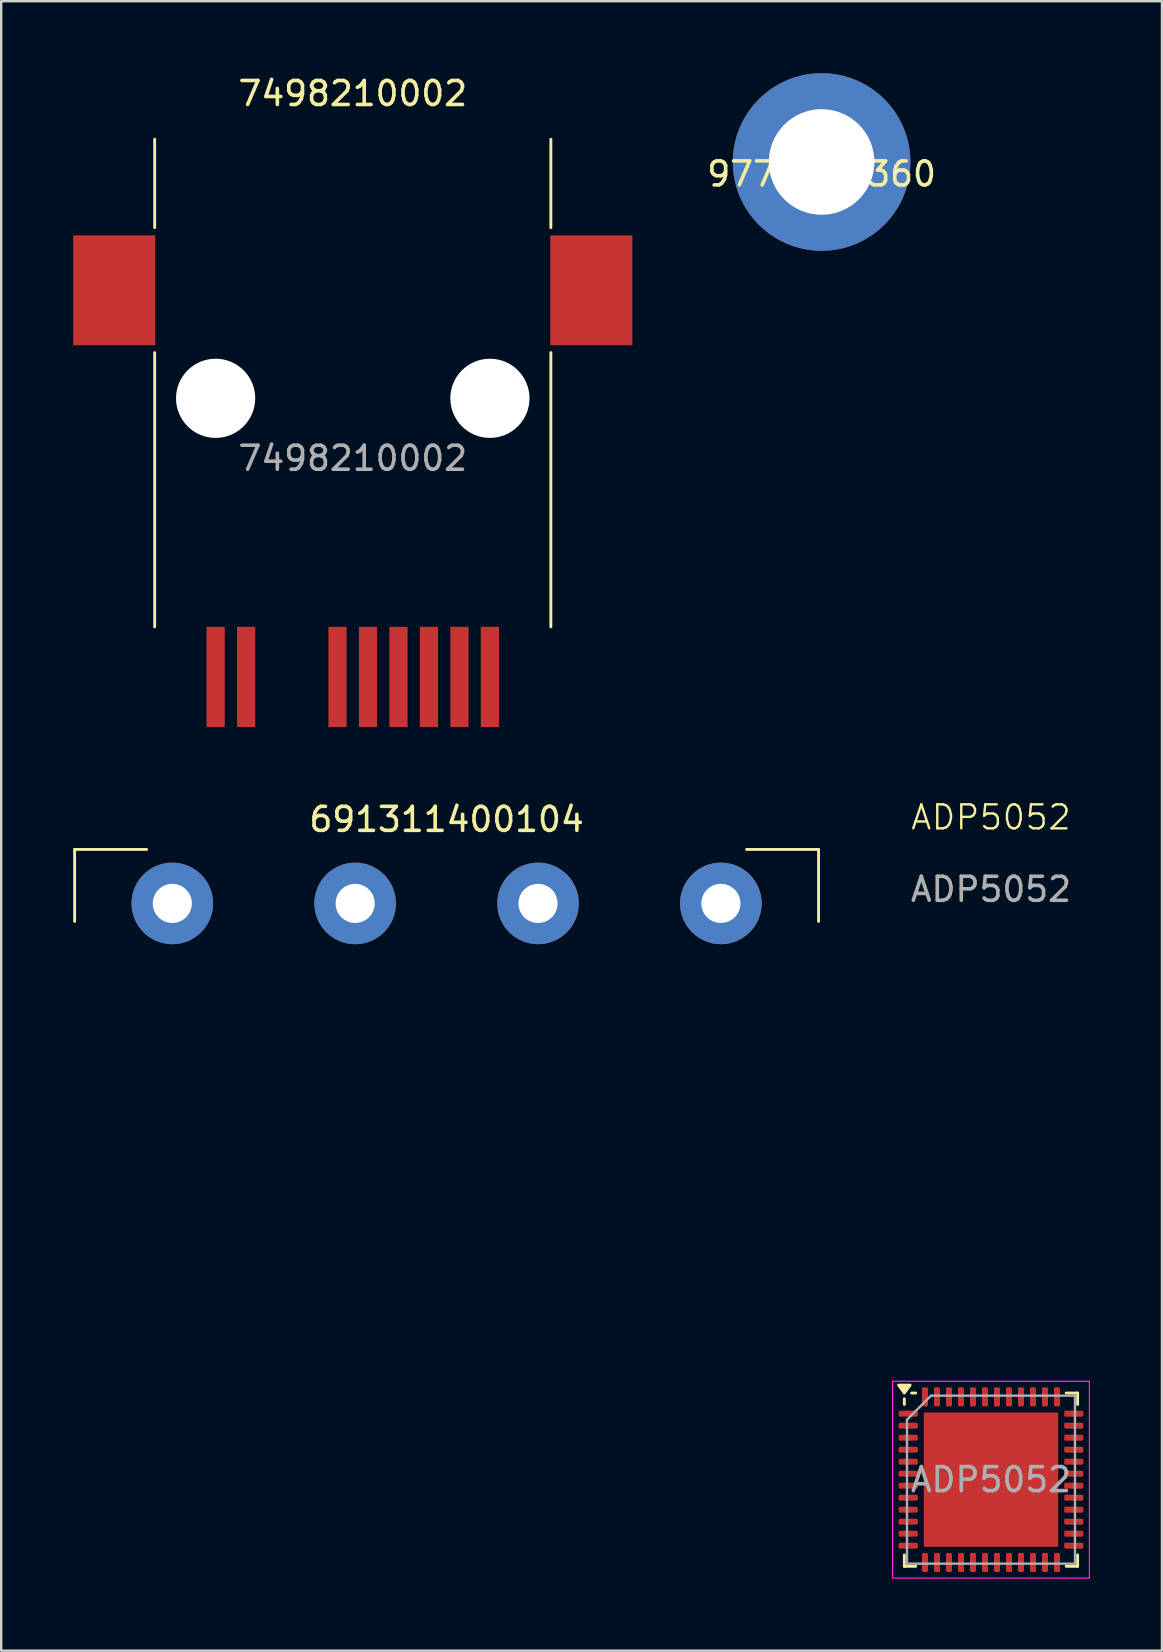
<source format=kicad_pcb>
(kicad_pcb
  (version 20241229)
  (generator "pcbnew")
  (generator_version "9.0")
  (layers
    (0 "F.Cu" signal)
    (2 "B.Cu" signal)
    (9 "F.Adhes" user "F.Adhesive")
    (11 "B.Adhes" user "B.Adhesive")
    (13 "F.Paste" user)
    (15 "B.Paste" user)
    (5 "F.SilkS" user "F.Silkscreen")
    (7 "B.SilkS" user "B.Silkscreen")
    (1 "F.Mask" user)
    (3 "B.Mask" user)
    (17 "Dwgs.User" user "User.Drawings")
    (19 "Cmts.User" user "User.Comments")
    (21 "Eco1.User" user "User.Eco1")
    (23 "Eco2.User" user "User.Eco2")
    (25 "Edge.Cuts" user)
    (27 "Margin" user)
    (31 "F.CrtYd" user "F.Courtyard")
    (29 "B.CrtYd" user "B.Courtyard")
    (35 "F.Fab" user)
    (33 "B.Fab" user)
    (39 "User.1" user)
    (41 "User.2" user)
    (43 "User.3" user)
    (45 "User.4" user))
  (footprint "9774020360"
    (layer "F.Cu")
    (at 31.187 3.7)
    (property "Reference" "9774020360" (at 0 0.5 0) (layer "F.SilkS") (effects (font (size 1 1) (thickness 0.15))))
    (attr through_hole)
    (fp_arc (start -1.020272 2.812085) (mid -2.991449 0.003048) (end -1.026 -2.81) (stroke (width 1) (type solid)) (layer "F.Paste"))
    (fp_arc (start 1.020272 -2.812085) (mid 2.991449 -0.003048) (end 1.026 2.81) (stroke (width 1) (type solid)) (layer "F.Paste"))
    (pad "1" thru_hole circle (at 0 0) (size 7.4 7.4) (drill 4.4) (layers "*.Cu" "*.Mask")))
  (footprint "ADP5052"
    (layer "F.Cu")
    (at 38.245 58.609)
    (property "Reference" "ADP5052" (at 0 -27.6 0) (unlocked yes) (layer "F.SilkS") (effects (font (size 1 1) (thickness 0.1))))
    (attr smd)
    (fp_line (start -3.61 -3.135) (end -3.61 -3.37) (stroke (width 0.12) (type solid)) (layer "F.SilkS"))
    (fp_line (start -3.61 3.61) (end -3.61 3.135) (stroke (width 0.12) (type solid)) (layer "F.SilkS"))
    (fp_line (start -3.135 -3.61) (end -3.31 -3.61) (stroke (width 0.12) (type solid)) (layer "F.SilkS"))
    (fp_line (start -3.135 3.61) (end -3.61 3.61) (stroke (width 0.12) (type solid)) (layer "F.SilkS"))
    (fp_line (start 3.135 -3.61) (end 3.61 -3.61) (stroke (width 0.12) (type solid)) (layer "F.SilkS"))
    (fp_line (start 3.135 3.61) (end 3.61 3.61) (stroke (width 0.12) (type solid)) (layer "F.SilkS"))
    (fp_line (start 3.61 -3.61) (end 3.61 -3.135) (stroke (width 0.12) (type solid)) (layer "F.SilkS"))
    (fp_line (start 3.61 3.61) (end 3.61 3.135) (stroke (width 0.12) (type solid)) (layer "F.SilkS"))
    (fp_poly (pts (xy -3.61 -3.61) (xy -3.85 -3.94) (xy -3.37 -3.94) (xy -3.61 -3.61)) (stroke (width 0.12) (type solid)) (fill yes) (layer "F.SilkS"))
    (fp_line (start -4.1 -4.1) (end -4.1 4.1) (stroke (width 0.05) (type solid)) (layer "F.CrtYd"))
    (fp_line (start -4.1 4.1) (end 4.1 4.1) (stroke (width 0.05) (type solid)) (layer "F.CrtYd"))
    (fp_line (start 4.1 -4.1) (end -4.1 -4.1) (stroke (width 0.05) (type solid)) (layer "F.CrtYd"))
    (fp_line (start 4.1 4.1) (end 4.1 -4.1) (stroke (width 0.05) (type solid)) (layer "F.CrtYd"))
    (fp_line (start -3.5 -2.5) (end -2.5 -3.5) (stroke (width 0.1) (type solid)) (layer "F.Fab"))
    (fp_line (start -3.5 3.5) (end -3.5 -2.5) (stroke (width 0.1) (type solid)) (layer "F.Fab"))
    (fp_line (start -2.5 -3.5) (end 3.5 -3.5) (stroke (width 0.1) (type solid)) (layer "F.Fab"))
    (fp_line (start 3.5 -3.5) (end 3.5 3.5) (stroke (width 0.1) (type solid)) (layer "F.Fab"))
    (fp_line (start 3.5 3.5) (end -3.5 3.5) (stroke (width 0.1) (type solid)) (layer "F.Fab"))
    (fp_text user "${REFERENCE}" (at 0 -24.6 0) (unlocked yes) (layer "F.Fab") (effects (font (size 1 1) (thickness 0.15))))
    (fp_text user "${REFERENCE}" (at 0 0 0) (layer "F.Fab") (effects (font (size 1 1) (thickness 0.15))))
    (pad "" smd roundrect (at -1.37 -1.37) (size 1.1 1.1) (layers "F.Paste") (roundrect_rratio 0.227))
    (pad "" smd roundrect (at -1.37 0) (size 1.1 1.1) (layers "F.Paste") (roundrect_rratio 0.227))
    (pad "" smd roundrect (at -1.37 1.37) (size 1.1 1.1) (layers "F.Paste") (roundrect_rratio 0.227))
    (pad "" smd roundrect (at 0 -1.37) (size 1.1 1.1) (layers "F.Paste") (roundrect_rratio 0.227))
    (pad "" smd roundrect (at 0 0) (size 1.1 1.1) (layers "F.Paste") (roundrect_rratio 0.227))
    (pad "" smd roundrect (at 0 1.37) (size 1.1 1.1) (layers "F.Paste") (roundrect_rratio 0.227))
    (pad "" smd roundrect (at 1.37 -1.37) (size 1.1 1.1) (layers "F.Paste") (roundrect_rratio 0.227))
    (pad "" smd roundrect (at 1.37 0) (size 1.1 1.1) (layers "F.Paste") (roundrect_rratio 0.227))
    (pad "" smd roundrect (at 1.37 1.37) (size 1.1 1.1) (layers "F.Paste") (roundrect_rratio 0.227))
    (pad "1" smd roundrect (at -3.45 -2.75) (size 0.8 0.25) (layers "F.Cu" "F.Mask" "F.Paste") (roundrect_rratio 0.25))
    (pad "2" smd roundrect (at -3.45 -2.25) (size 0.8 0.25) (layers "F.Cu" "F.Mask" "F.Paste") (roundrect_rratio 0.25))
    (pad "3" smd roundrect (at -3.45 -1.75) (size 0.8 0.25) (layers "F.Cu" "F.Mask" "F.Paste") (roundrect_rratio 0.25))
    (pad "4" smd roundrect (at -3.45 -1.25) (size 0.8 0.25) (layers "F.Cu" "F.Mask" "F.Paste") (roundrect_rratio 0.25))
    (pad "5" smd roundrect (at -3.45 -0.75) (size 0.8 0.25) (layers "F.Cu" "F.Mask" "F.Paste") (roundrect_rratio 0.25))
    (pad "6" smd roundrect (at -3.45 -0.25) (size 0.8 0.25) (layers "F.Cu" "F.Mask" "F.Paste") (roundrect_rratio 0.25))
    (pad "7" smd roundrect (at -3.45 0.25) (size 0.8 0.25) (layers "F.Cu" "F.Mask" "F.Paste") (roundrect_rratio 0.25))
    (pad "8" smd roundrect (at -3.45 0.75) (size 0.8 0.25) (layers "F.Cu" "F.Mask" "F.Paste") (roundrect_rratio 0.25))
    (pad "9" smd roundrect (at -3.45 1.25) (size 0.8 0.25) (layers "F.Cu" "F.Mask" "F.Paste") (roundrect_rratio 0.25))
    (pad "10" smd roundrect (at -3.45 1.75) (size 0.8 0.25) (layers "F.Cu" "F.Mask" "F.Paste") (roundrect_rratio 0.25))
    (pad "11" smd roundrect (at -3.45 2.25) (size 0.8 0.25) (layers "F.Cu" "F.Mask" "F.Paste") (roundrect_rratio 0.25))
    (pad "12" smd roundrect (at -3.45 2.75) (size 0.8 0.25) (layers "F.Cu" "F.Mask" "F.Paste") (roundrect_rratio 0.25))
    (pad "13" smd roundrect (at -2.75 3.45) (size 0.25 0.8) (layers "F.Cu" "F.Mask" "F.Paste") (roundrect_rratio 0.25))
    (pad "14" smd roundrect (at -2.25 3.45) (size 0.25 0.8) (layers "F.Cu" "F.Mask" "F.Paste") (roundrect_rratio 0.25))
    (pad "15" smd roundrect (at -1.75 3.45) (size 0.25 0.8) (layers "F.Cu" "F.Mask" "F.Paste") (roundrect_rratio 0.25))
    (pad "16" smd roundrect (at -1.25 3.45) (size 0.25 0.8) (layers "F.Cu" "F.Mask" "F.Paste") (roundrect_rratio 0.25))
    (pad "17" smd roundrect (at -0.75 3.45) (size 0.25 0.8) (layers "F.Cu" "F.Mask" "F.Paste") (roundrect_rratio 0.25))
    (pad "18" smd roundrect (at -0.25 3.45) (size 0.25 0.8) (layers "F.Cu" "F.Mask" "F.Paste") (roundrect_rratio 0.25))
    (pad "19" smd roundrect (at 0.25 3.45) (size 0.25 0.8) (layers "F.Cu" "F.Mask" "F.Paste") (roundrect_rratio 0.25))
    (pad "20" smd roundrect (at 0.75 3.45) (size 0.25 0.8) (layers "F.Cu" "F.Mask" "F.Paste") (roundrect_rratio 0.25))
    (pad "21" smd roundrect (at 1.25 3.45) (size 0.25 0.8) (layers "F.Cu" "F.Mask" "F.Paste") (roundrect_rratio 0.25))
    (pad "22" smd roundrect (at 1.75 3.45) (size 0.25 0.8) (layers "F.Cu" "F.Mask" "F.Paste") (roundrect_rratio 0.25))
    (pad "23" smd roundrect (at 2.25 3.45) (size 0.25 0.8) (layers "F.Cu" "F.Mask" "F.Paste") (roundrect_rratio 0.25))
    (pad "24" smd roundrect (at 2.75 3.45) (size 0.25 0.8) (layers "F.Cu" "F.Mask" "F.Paste") (roundrect_rratio 0.25))
    (pad "25" smd roundrect (at 3.45 2.75) (size 0.8 0.25) (layers "F.Cu" "F.Mask" "F.Paste") (roundrect_rratio 0.25))
    (pad "26" smd roundrect (at 3.45 2.25) (size 0.8 0.25) (layers "F.Cu" "F.Mask" "F.Paste") (roundrect_rratio 0.25))
    (pad "27" smd roundrect (at 3.45 1.75) (size 0.8 0.25) (layers "F.Cu" "F.Mask" "F.Paste") (roundrect_rratio 0.25))
    (pad "28" smd roundrect (at 3.45 1.25) (size 0.8 0.25) (layers "F.Cu" "F.Mask" "F.Paste") (roundrect_rratio 0.25))
    (pad "29" smd roundrect (at 3.45 0.75) (size 0.8 0.25) (layers "F.Cu" "F.Mask" "F.Paste") (roundrect_rratio 0.25))
    (pad "30" smd roundrect (at 3.45 0.25) (size 0.8 0.25) (layers "F.Cu" "F.Mask" "F.Paste") (roundrect_rratio 0.25))
    (pad "31" smd roundrect (at 3.45 -0.25) (size 0.8 0.25) (layers "F.Cu" "F.Mask" "F.Paste") (roundrect_rratio 0.25))
    (pad "32" smd roundrect (at 3.45 -0.75) (size 0.8 0.25) (layers "F.Cu" "F.Mask" "F.Paste") (roundrect_rratio 0.25))
    (pad "33" smd roundrect (at 3.45 -1.25) (size 0.8 0.25) (layers "F.Cu" "F.Mask" "F.Paste") (roundrect_rratio 0.25))
    (pad "34" smd roundrect (at 3.45 -1.75) (size 0.8 0.25) (layers "F.Cu" "F.Mask" "F.Paste") (roundrect_rratio 0.25))
    (pad "35" smd roundrect (at 3.45 -2.25) (size 0.8 0.25) (layers "F.Cu" "F.Mask" "F.Paste") (roundrect_rratio 0.25))
    (pad "36" smd roundrect (at 3.45 -2.75) (size 0.8 0.25) (layers "F.Cu" "F.Mask" "F.Paste") (roundrect_rratio 0.25))
    (pad "37" smd roundrect (at 2.75 -3.45) (size 0.25 0.8) (layers "F.Cu" "F.Mask" "F.Paste") (roundrect_rratio 0.25))
    (pad "38" smd roundrect (at 2.25 -3.45) (size 0.25 0.8) (layers "F.Cu" "F.Mask" "F.Paste") (roundrect_rratio 0.25))
    (pad "39" smd roundrect (at 1.75 -3.45) (size 0.25 0.8) (layers "F.Cu" "F.Mask" "F.Paste") (roundrect_rratio 0.25))
    (pad "40" smd roundrect (at 1.25 -3.45) (size 0.25 0.8) (layers "F.Cu" "F.Mask" "F.Paste") (roundrect_rratio 0.25))
    (pad "41" smd roundrect (at 0.75 -3.45) (size 0.25 0.8) (layers "F.Cu" "F.Mask" "F.Paste") (roundrect_rratio 0.25))
    (pad "42" smd roundrect (at 0.25 -3.45) (size 0.25 0.8) (layers "F.Cu" "F.Mask" "F.Paste") (roundrect_rratio 0.25))
    (pad "43" smd roundrect (at -0.25 -3.45) (size 0.25 0.8) (layers "F.Cu" "F.Mask" "F.Paste") (roundrect_rratio 0.25))
    (pad "44" smd roundrect (at -0.75 -3.45) (size 0.25 0.8) (layers "F.Cu" "F.Mask" "F.Paste") (roundrect_rratio 0.25))
    (pad "45" smd roundrect (at -1.25 -3.45) (size 0.25 0.8) (layers "F.Cu" "F.Mask" "F.Paste") (roundrect_rratio 0.25))
    (pad "46" smd roundrect (at -1.75 -3.45) (size 0.25 0.8) (layers "F.Cu" "F.Mask" "F.Paste") (roundrect_rratio 0.25))
    (pad "47" smd roundrect (at -2.25 -3.45) (size 0.25 0.8) (layers "F.Cu" "F.Mask" "F.Paste") (roundrect_rratio 0.25))
    (pad "48" smd roundrect (at -2.75 -3.45) (size 0.25 0.8) (layers "F.Cu" "F.Mask" "F.Paste") (roundrect_rratio 0.25))
    (pad "49" smd rect (at 0 0) (size 5.6 5.6) (property pad_prop_heatsink) (layers "F.Cu" "F.Mask")))
  (footprint "691311400104"
    (layer "F.Cu")
    (at 15.56 34.596)
    (property "Reference" "691311400104" (at 0 -3.5 0) (unlocked yes) (layer "F.SilkS") (effects (font (size 1 1) (thickness 0.15))))
    (attr through_hole)
    (fp_line (start -15.5 -2.25) (end -15.5 0.75) (stroke (width 0.12) (type solid)) (layer "F.SilkS"))
    (fp_line (start -15.5 -2.25) (end -12.5 -2.25) (stroke (width 0.12) (type solid)) (layer "F.SilkS"))
    (fp_line (start 15.5 -2.25) (end 12.5 -2.25) (stroke (width 0.12) (type solid)) (layer "F.SilkS"))
    (fp_line (start 15.5 -2.25) (end 15.5 0.75) (stroke (width 0.12) (type solid)) (layer "F.SilkS"))
    (fp_line (start -15.23 -2) (end -15.23 10) (stroke (width 0.12) (type solid)) (layer "Eco1.User"))
    (fp_line (start -15.23 -2) (end 15.23 -2) (stroke (width 0.12) (type solid)) (layer "Eco1.User"))
    (fp_line (start -15.23 10) (end 15.23 10) (stroke (width 0.12) (type solid)) (layer "Eco1.User"))
    (fp_line (start 15.23 -2) (end 15.23 10) (stroke (width 0.12) (type solid)) (layer "Eco1.User"))
    (pad "1" thru_hole circle (at 11.43 0) (size 3.4 3.4) (drill 1.63) (layers "*.Cu" "*.Mask"))
    (pad "2" thru_hole circle (at 3.81 0) (size 3.4 3.4) (drill 1.63) (layers "*.Cu" "*.Mask"))
    (pad "3" thru_hole circle (at -3.81 0) (size 3.4 3.4) (drill 1.63) (layers "*.Cu" "*.Mask"))
    (pad "4" thru_hole circle (at -11.43 0) (size 3.4 3.4) (drill 1.63) (layers "*.Cu" "*.Mask")))
  (footprint "7498210002"
    (layer "F.Cu")
    (at 11.65 13.548)
    (property "Reference" "7498210002" (at 0 -12.7 0) (unlocked yes) (layer "F.SilkS") (effects (font (size 1 1) (thickness 0.15))))
    (attr smd)
    (fp_line (start -8.255 -10.795) (end -8.255 -7.112) (stroke (width 0.12) (type solid)) (layer "F.SilkS"))
    (fp_line (start -8.255 -1.905) (end -8.255 9.525) (stroke (width 0.12) (type solid)) (layer "F.SilkS"))
    (fp_line (start 8.255 -10.795) (end 8.255 -7.112) (stroke (width 0.12) (type solid)) (layer "F.SilkS"))
    (fp_line (start 8.255 -1.905) (end 8.255 9.525) (stroke (width 0.12) (type solid)) (layer "F.SilkS"))
    (fp_line (start -8 -10.9) (end 8 -10.9) (stroke (width 0.12) (type solid)) (layer "Eco1.User"))
    (fp_line (start -8 10.35) (end -8 -10.9) (stroke (width 0.12) (type solid)) (layer "Eco1.User"))
    (fp_line (start 8 10.35) (end 8 -10.9) (stroke (width 0.12) (type solid)) (layer "Eco1.User"))
    (fp_text user "${REFERENCE}" (at 0 2.5 0) (unlocked yes) (layer "F.Fab") (effects (font (size 1 1) (thickness 0.15))))
    (pad "" np_thru_hole circle (at -5.715 0) (size 3.3 3.3) (drill 3.3) (layers "*.Cu" "*.Mask"))
    (pad "" np_thru_hole circle (at 5.715 0) (size 3.3 3.3) (drill 3.3) (layers "*.Cu" "*.Mask"))
    (pad "1" smd rect (at 5.715 11.61) (size 0.76 4.18) (layers "F.Cu" "F.Mask" "F.Paste"))
    (pad "2" smd rect (at 4.445 11.61) (size 0.76 4.18) (layers "F.Cu" "F.Mask" "F.Paste"))
    (pad "3" smd rect (at 3.175 11.61) (size 0.76 4.18) (layers "F.Cu" "F.Mask" "F.Paste"))
    (pad "4" smd rect (at 1.905 11.61) (size 0.76 4.18) (layers "F.Cu" "F.Mask" "F.Paste"))
    (pad "5" smd rect (at 0.635 11.61) (size 0.76 4.18) (layers "F.Cu" "F.Mask" "F.Paste"))
    (pad "6" smd rect (at -0.635 11.61) (size 0.76 4.18) (layers "F.Cu" "F.Mask" "F.Paste"))
    (pad "9" smd rect (at -4.445 11.61) (size 0.76 4.18) (layers "F.Cu" "F.Mask" "F.Paste"))
    (pad "10" smd rect (at -5.715 11.61) (size 0.76 4.18) (layers "F.Cu" "F.Mask" "F.Paste"))
    (pad "MP" smd rect (at -9.94 -4.5) (size 3.42 4.58) (layers "F.Cu" "F.Mask" "F.Paste"))
    (pad "MP" smd rect (at 9.94 -4.5) (size 3.42 4.58) (layers "F.Cu" "F.Mask" "F.Paste")))
  (gr_rect
    (start -3 -3)
    (end 45.37 65.734)
    (stroke (width 0.1) (type default))
    (fill no)
    (layer "Edge.Cuts")))
</source>
